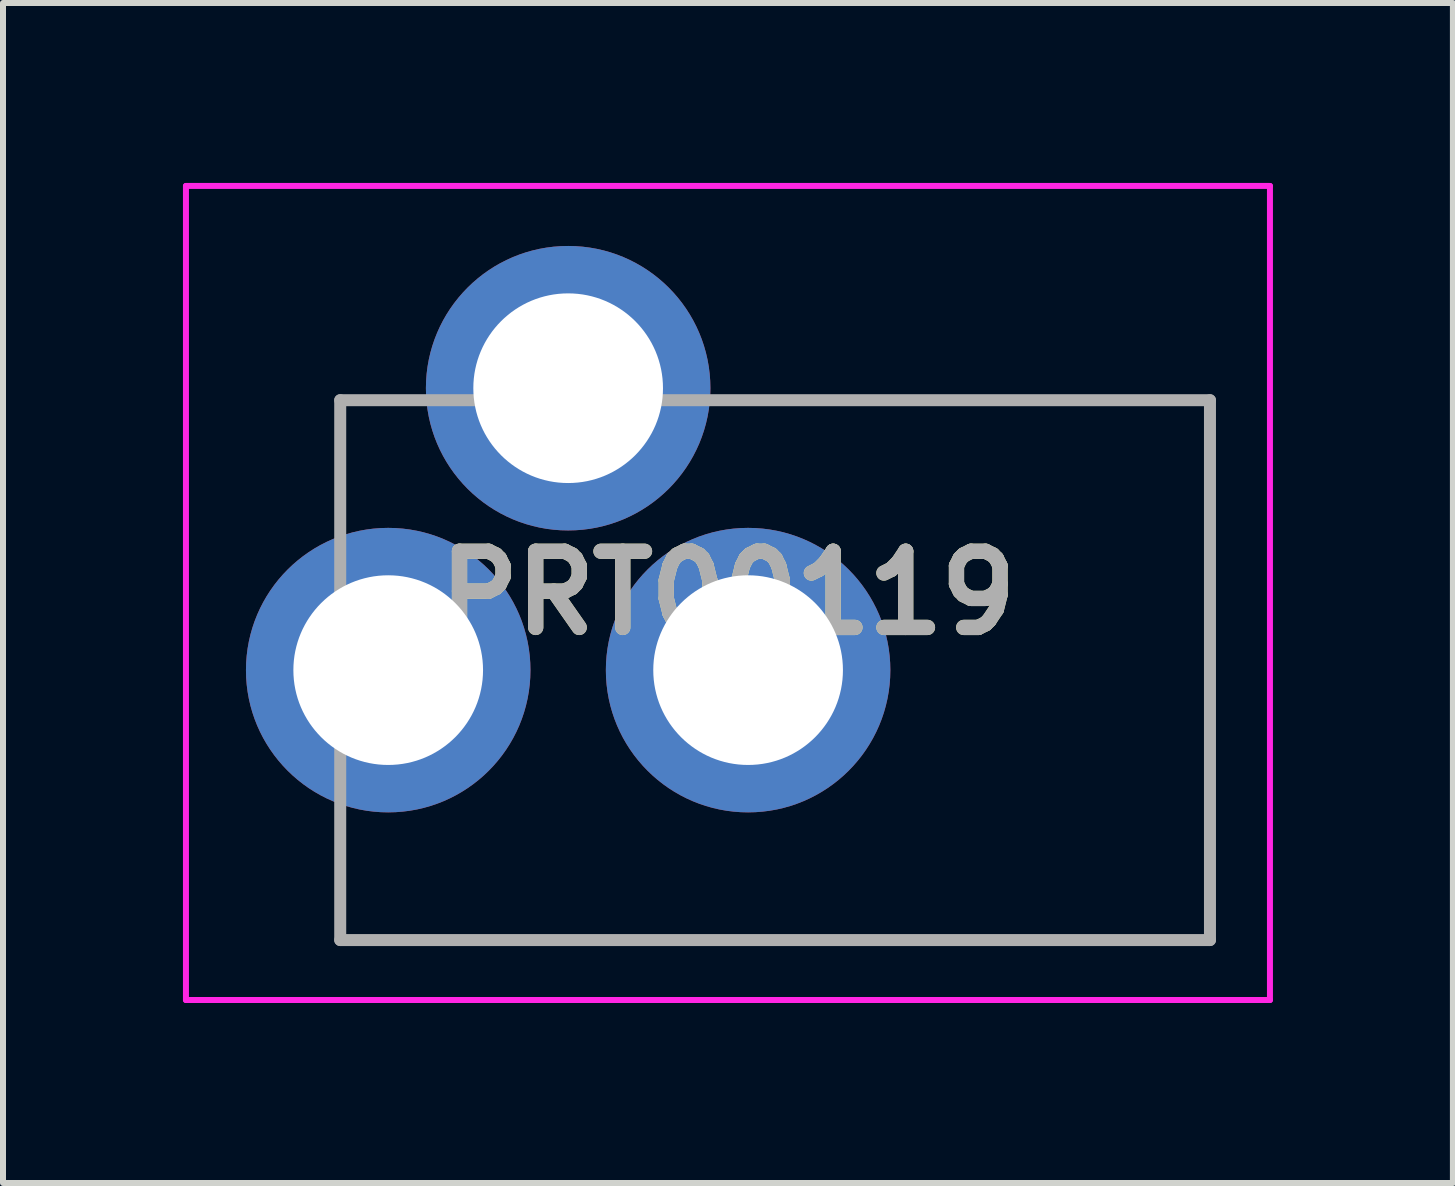
<source format=kicad_pcb>
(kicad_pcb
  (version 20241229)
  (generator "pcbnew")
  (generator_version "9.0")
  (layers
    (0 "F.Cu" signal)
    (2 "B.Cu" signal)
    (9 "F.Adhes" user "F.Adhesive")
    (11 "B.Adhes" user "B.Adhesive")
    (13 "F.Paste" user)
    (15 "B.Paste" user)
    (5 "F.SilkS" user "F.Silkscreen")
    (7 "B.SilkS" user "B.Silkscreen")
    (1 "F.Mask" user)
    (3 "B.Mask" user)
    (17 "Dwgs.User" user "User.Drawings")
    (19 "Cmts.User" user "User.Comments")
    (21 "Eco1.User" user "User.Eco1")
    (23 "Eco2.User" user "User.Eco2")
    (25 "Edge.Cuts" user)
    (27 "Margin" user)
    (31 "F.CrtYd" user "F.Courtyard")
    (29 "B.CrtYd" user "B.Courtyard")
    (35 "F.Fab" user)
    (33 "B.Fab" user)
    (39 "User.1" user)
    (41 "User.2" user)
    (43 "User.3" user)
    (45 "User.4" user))
  (footprint "PRT00119"
    (layer "F.Cu")
    (at 9.086 6.836)
    (property "Reference" "PRT00119" (at 0 0 0) (layer "F.SilkS") (effects (font (size 1.27 1.27) (thickness 0.254))))
    (attr through_hole)
    (fp_line (start -6.464 -3.214) (end -5.464 -3.214) (stroke (width 0.1) (type solid)) (layer "F.SilkS"))
    (fp_line (start -6.464 -1.214) (end -6.464 -3.214) (stroke (width 0.1) (type solid)) (layer "F.SilkS"))
    (fp_line (start -6.464 3.786) (end -6.464 5.786) (stroke (width 0.1) (type solid)) (layer "F.SilkS"))
    (fp_line (start -6.464 5.786) (end 8.036 5.786) (stroke (width 0.1) (type solid)) (layer "F.SilkS"))
    (fp_line (start 8.036 -3.214) (end 0.036 -3.214) (stroke (width 0.1) (type solid)) (layer "F.SilkS"))
    (fp_line (start 8.036 5.786) (end 8.036 -3.214) (stroke (width 0.1) (type solid)) (layer "F.SilkS"))
    (fp_line (start -9.036 -6.786) (end 9.036 -6.786) (stroke (width 0.1) (type solid)) (layer "F.CrtYd"))
    (fp_line (start -9.036 6.786) (end -9.036 -6.786) (stroke (width 0.1) (type solid)) (layer "F.CrtYd"))
    (fp_line (start 9.036 -6.786) (end 9.036 6.786) (stroke (width 0.1) (type solid)) (layer "F.CrtYd"))
    (fp_line (start 9.036 6.786) (end -9.036 6.786) (stroke (width 0.1) (type solid)) (layer "F.CrtYd"))
    (fp_line (start -6.464 -3.214) (end 8.036 -3.214) (stroke (width 0.2) (type solid)) (layer "F.Fab"))
    (fp_line (start -6.464 5.786) (end -6.464 -3.214) (stroke (width 0.2) (type solid)) (layer "F.Fab"))
    (fp_line (start 8.036 -3.214) (end 8.036 5.786) (stroke (width 0.2) (type solid)) (layer "F.Fab"))
    (fp_line (start 8.036 5.786) (end -6.464 5.786) (stroke (width 0.2) (type solid)) (layer "F.Fab"))
    (fp_text user "${REFERENCE}" (at 0 0 0) (layer "F.Fab") (effects (font (size 1.27 1.27) (thickness 0.254))))
    (pad "1" thru_hole circle (at -5.664 1.286) (size 4.743 4.743) (drill 3.162) (layers "*.Cu" "*.Mask"))
    (pad "2" thru_hole circle (at 0.336 1.286) (size 4.743 4.743) (drill 3.162) (layers "*.Cu" "*.Mask"))
    (pad "3" thru_hole circle (at -2.664 -3.414) (size 4.743 4.743) (drill 3.162) (layers "*.Cu" "*.Mask")))
  (gr_rect
    (start -3 -3)
    (end 21.172 16.672)
    (stroke (width 0.1) (type default))
    (fill no)
    (layer "Edge.Cuts")))
</source>
